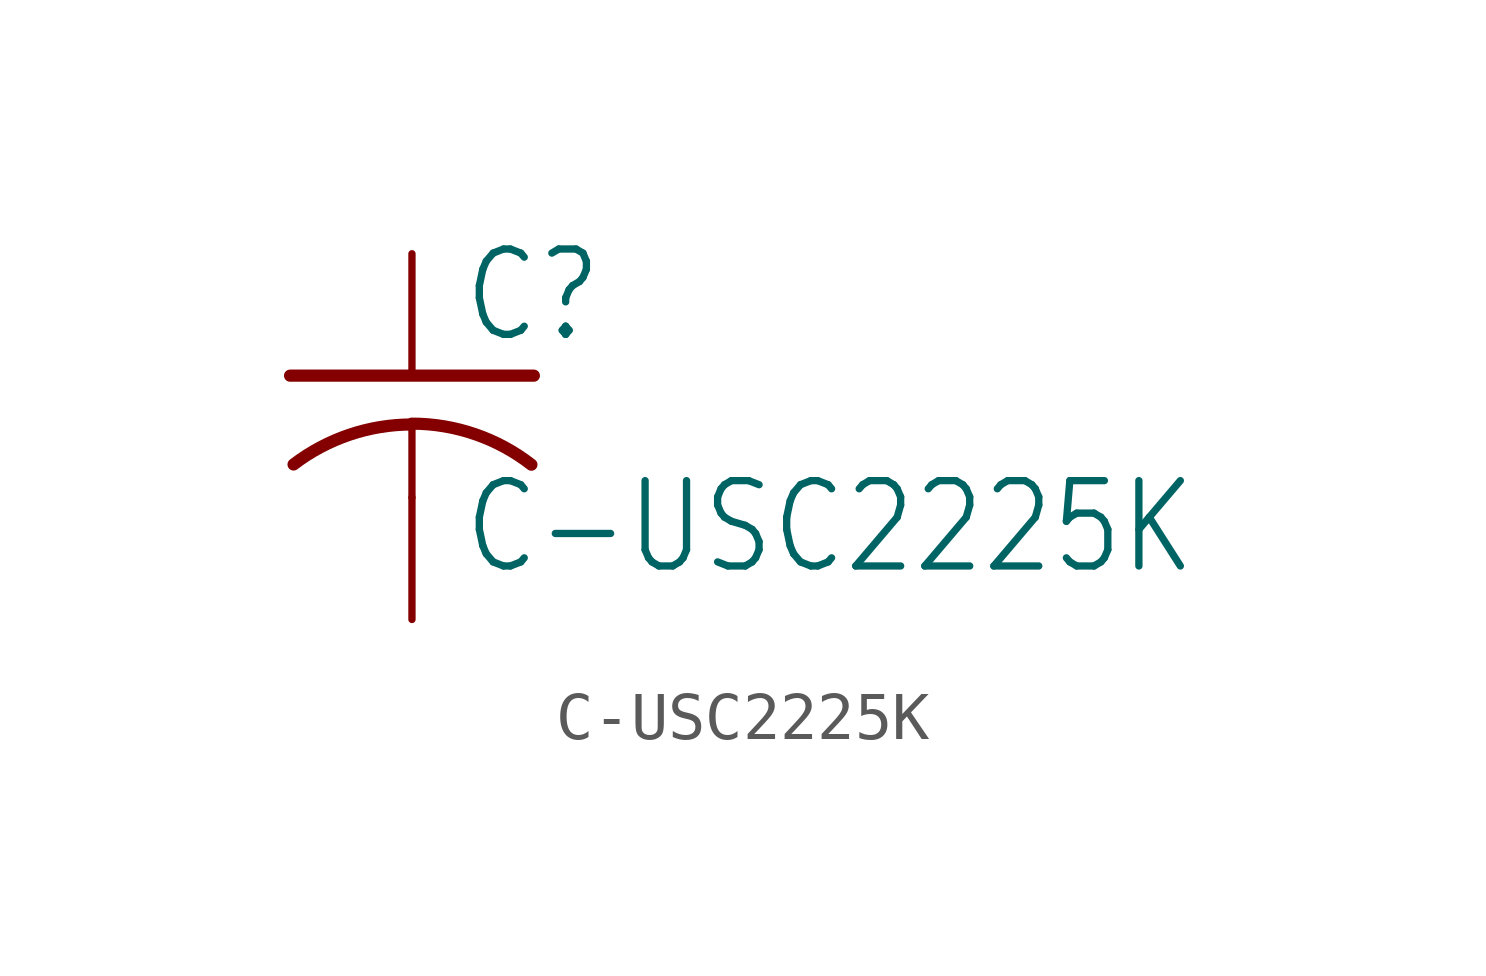
<source format=kicad_sym>
(kicad_symbol_lib
  (version 20211014)
  (generator kicad_symbol_editor)
  (symbol "C-USC2225K"
    (property "Reference" "C"
      (at 1.016 0.635 0)
      (effects (font (size 1.778 1.511)) (justify left bottom)))
    (property "Value" "C-USC2225K"
      (at 1.016 -4.191 0)
      (effects (font (size 1.778 1.511)) (justify left bottom)))
    (property "ki_locked" ""
      (at 0 0 0)
      (effects (font (size 1.27 1.27))))
    (symbol "C-USC2225K_1_0"
      (arc (start 0 -1.0161) (mid -1.302 -1.2303) (end -2.4668 -1.8504) (stroke (width 0.254) (type default) (color 0 0 0 0)) (fill (type none)))
      (polyline (pts (xy -2.54 0) (xy 2.54 0)) (stroke (width 0.254) (type default) (color 0 0 0 0)) (fill (type none)))
      (polyline (pts (xy 0 -1.016) (xy 0 -2.54)) (stroke (width 0.152) (type default) (color 0 0 0 0)) (fill (type none)))
      (arc (start 2.4892 -1.8542) (mid 1.3158 -1.2195) (end 0 -1) (stroke (width 0.254) (type default) (color 0 0 0 0)) (fill (type none)))
      (pin passive line (at 0 2.54 270) (length 2.54) (name "1" (effects (font (size 0 0)))) (number "1" (effects (font (size 0 0)))))
      (pin passive line (at 0 -5.08 90) (length 2.54) (name "2" (effects (font (size 0 0)))) (number "2" (effects (font (size 0 0))))))))
</source>
